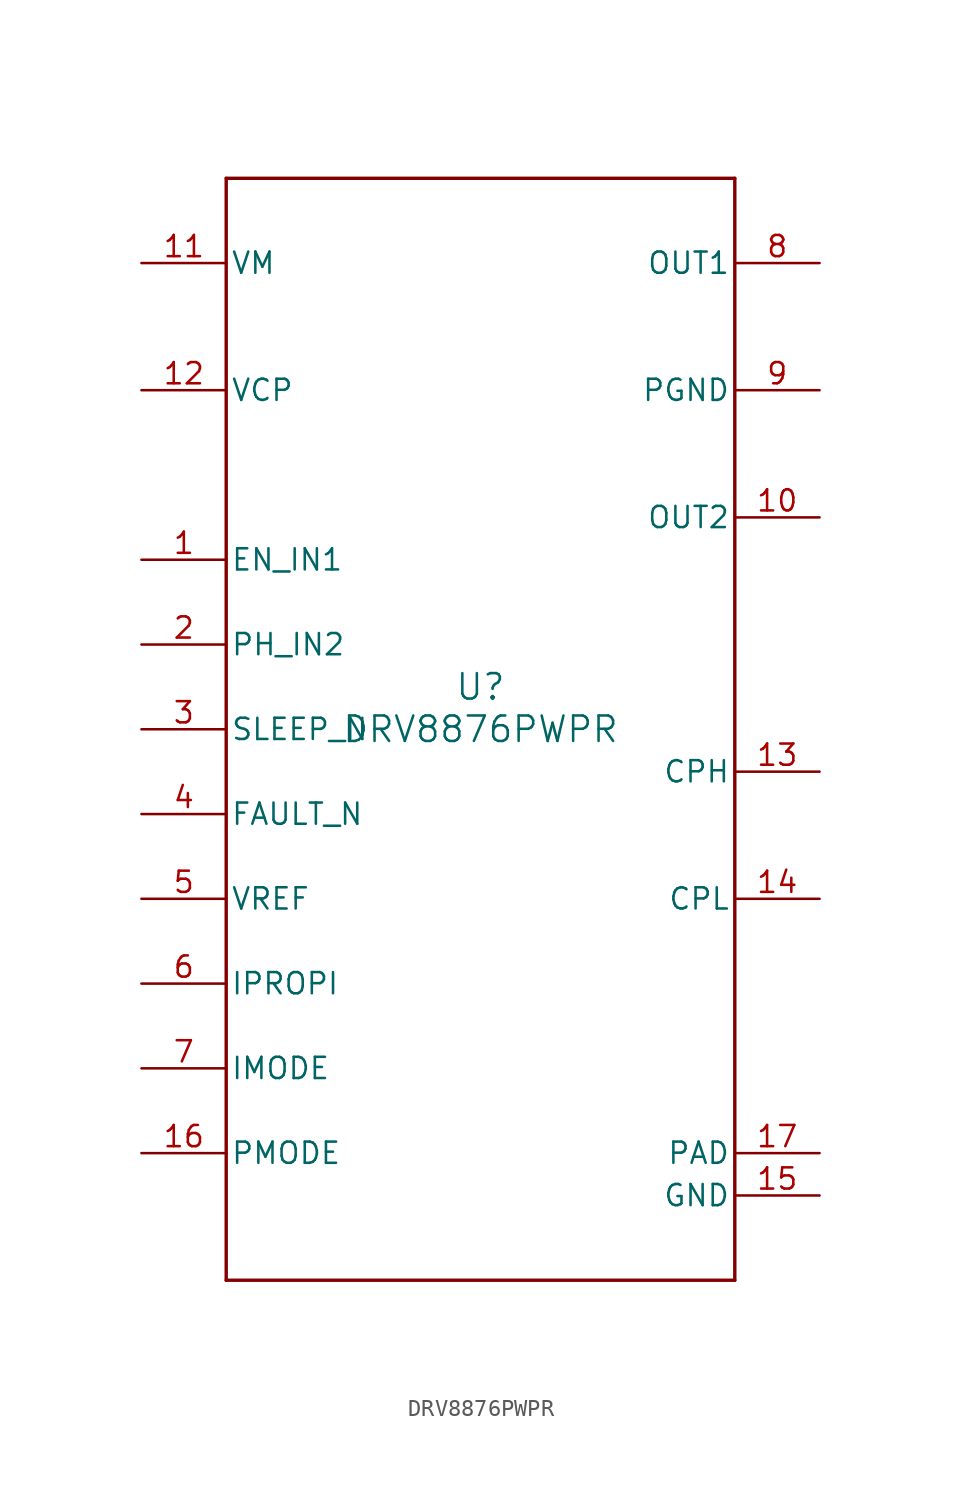
<source format=kicad_sym>
(kicad_symbol_lib
  (version 20220914)
  (generator kicad_symbol_editor)
  (symbol "DRV8876PWPR"
    (pin_names
      (offset 0.254))
    (property "Reference" "U"
      (at 0 2.54 0)
      (effects (font (size 1.524 1.524))))
    (property "Value" "DRV8876PWPR"
      (at 0 0 0)
      (effects (font (size 1.524 1.524))))
    (property "ki_locked" ""
      (at 0 0 0)
      (effects (font (size 1.27 1.27))))
    (symbol "DRV8876PWPR_0_1"
      (polyline (pts (xy -15.24 -33.02) (xy 15.24 -33.02)) (stroke (width 0.203) (type default)) (fill (type none)))
      (polyline (pts (xy -15.24 33.02) (xy -15.24 -33.02)) (stroke (width 0.203) (type default)) (fill (type none)))
      (polyline (pts (xy 15.24 -33.02) (xy 15.24 33.02)) (stroke (width 0.203) (type default)) (fill (type none)))
      (polyline (pts (xy 15.24 33.02) (xy -15.24 33.02)) (stroke (width 0.203) (type default)) (fill (type none)))
      (pin input line (at -20.32 10.16 0) (length 5.08) (name "EN_IN1" (effects (font (size 1.27 1.27)))) (number "1" (effects (font (size 1.27 1.27)))))
      (pin output line (at 20.32 12.7 180) (length 5.08) (name "OUT2" (effects (font (size 1.27 1.27)))) (number "10" (effects (font (size 1.27 1.27)))))
      (pin power_in line (at -20.32 27.94 0) (length 5.08) (name "VM" (effects (font (size 1.27 1.27)))) (number "11" (effects (font (size 1.27 1.27)))))
      (pin power_in line (at -20.32 20.32 0) (length 5.08) (name "VCP" (effects (font (size 1.27 1.27)))) (number "12" (effects (font (size 1.27 1.27)))))
      (pin power_in line (at 20.32 -2.54 180) (length 5.08) (name "CPH" (effects (font (size 1.27 1.27)))) (number "13" (effects (font (size 1.27 1.27)))))
      (pin power_in line (at 20.32 -10.16 180) (length 5.08) (name "CPL" (effects (font (size 1.27 1.27)))) (number "14" (effects (font (size 1.27 1.27)))))
      (pin power_in line (at 20.32 -27.94 180) (length 5.08) (name "GND" (effects (font (size 1.27 1.27)))) (number "15" (effects (font (size 1.27 1.27)))))
      (pin input line (at -20.32 -25.4 0) (length 5.08) (name "PMODE" (effects (font (size 1.27 1.27)))) (number "16" (effects (font (size 1.27 1.27)))))
      (pin power_in line (at 20.32 -25.4 180) (length 5.08) (name "PAD" (effects (font (size 1.27 1.27)))) (number "17" (effects (font (size 1.27 1.27)))))
      (pin input line (at -20.32 5.08 0) (length 5.08) (name "PH_IN2" (effects (font (size 1.27 1.27)))) (number "2" (effects (font (size 1.27 1.27)))))
      (pin input line (at -20.32 0 0) (length 5.08) (name "SLEEP_N" (effects (font (size 1.27 1.27)))) (number "3" (effects (font (size 1.27 1.27)))))
      (pin open_collector line (at -20.32 -5.08 0) (length 5.08) (name "FAULT_N" (effects (font (size 1.27 1.27)))) (number "4" (effects (font (size 1.27 1.27)))))
      (pin power_in line (at -20.32 -10.16 0) (length 5.08) (name "VREF" (effects (font (size 1.27 1.27)))) (number "5" (effects (font (size 1.27 1.27)))))
      (pin output line (at -20.32 -15.24 0) (length 5.08) (name "IPROPI" (effects (font (size 1.27 1.27)))) (number "6" (effects (font (size 1.27 1.27)))))
      (pin input line (at -20.32 -20.32 0) (length 5.08) (name "IMODE" (effects (font (size 1.27 1.27)))) (number "7" (effects (font (size 1.27 1.27)))))
      (pin output line (at 20.32 27.94 180) (length 5.08) (name "OUT1" (effects (font (size 1.27 1.27)))) (number "8" (effects (font (size 1.27 1.27)))))
      (pin power_in line (at 20.32 20.32 180) (length 5.08) (name "PGND" (effects (font (size 1.27 1.27)))) (number "9" (effects (font (size 1.27 1.27))))))))
</source>
